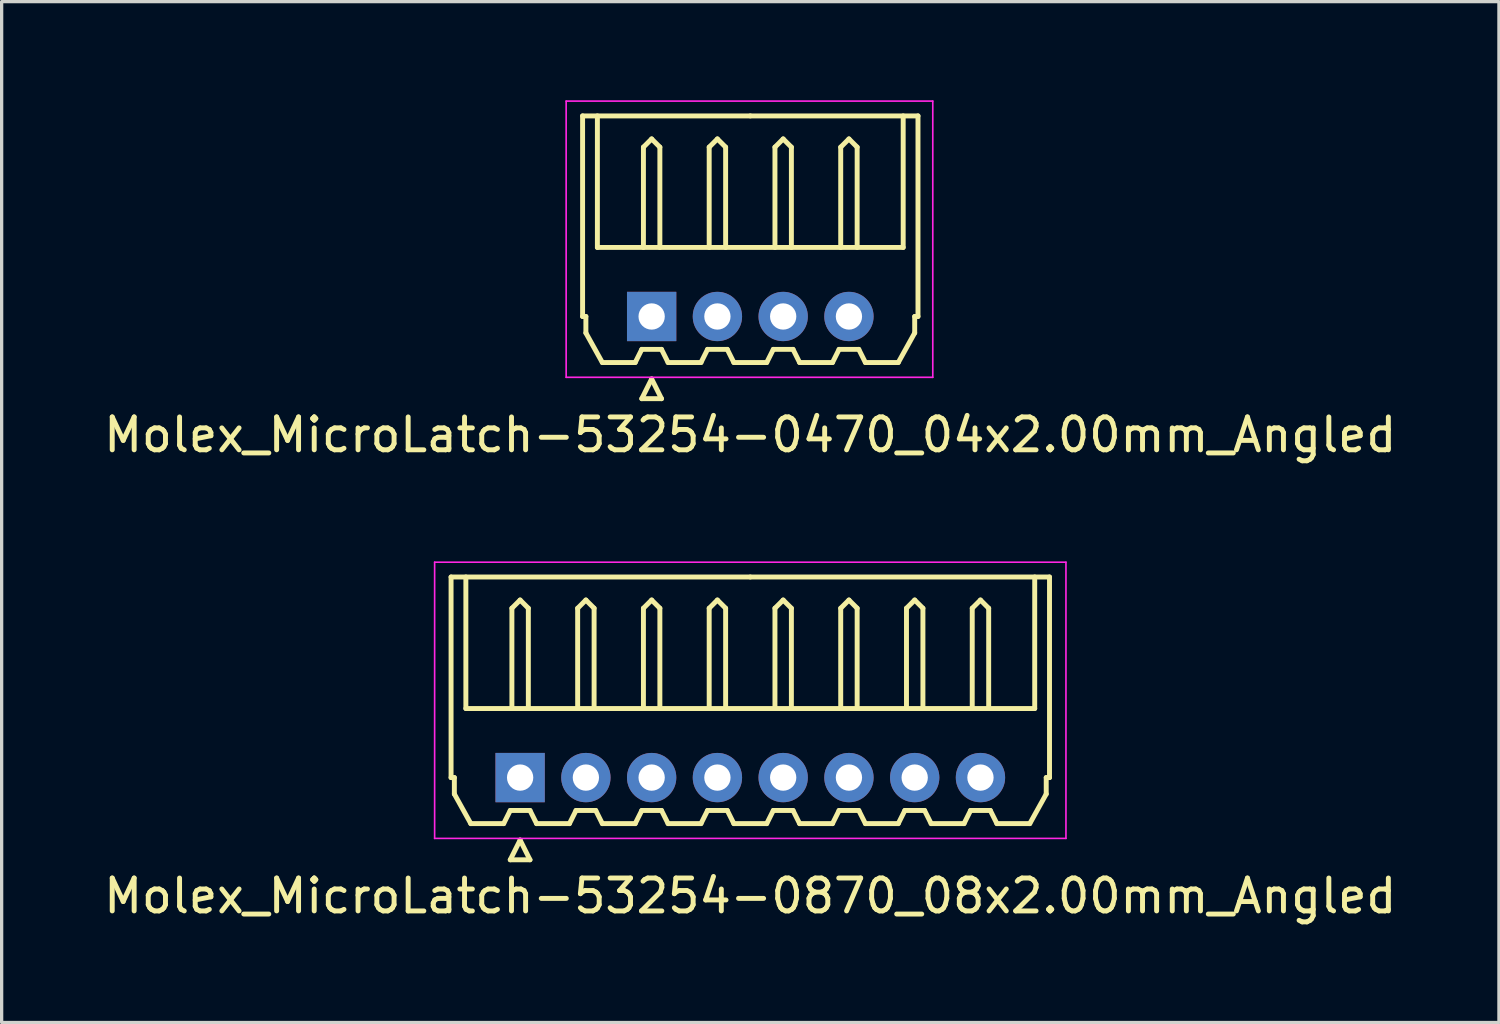
<source format=kicad_pcb>
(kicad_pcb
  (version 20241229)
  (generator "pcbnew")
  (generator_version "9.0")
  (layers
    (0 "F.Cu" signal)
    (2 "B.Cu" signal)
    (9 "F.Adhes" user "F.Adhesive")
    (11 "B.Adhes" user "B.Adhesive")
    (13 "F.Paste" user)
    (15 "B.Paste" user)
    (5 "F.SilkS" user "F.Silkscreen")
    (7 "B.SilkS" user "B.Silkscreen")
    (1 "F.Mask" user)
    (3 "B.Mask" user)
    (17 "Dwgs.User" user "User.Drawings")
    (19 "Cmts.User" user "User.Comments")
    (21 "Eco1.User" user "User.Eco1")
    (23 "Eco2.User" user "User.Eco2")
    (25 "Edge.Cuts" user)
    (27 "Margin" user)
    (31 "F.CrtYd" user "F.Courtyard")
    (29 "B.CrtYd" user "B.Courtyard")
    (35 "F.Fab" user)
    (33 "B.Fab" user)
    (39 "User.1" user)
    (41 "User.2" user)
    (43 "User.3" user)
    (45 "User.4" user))
  (footprint "Molex_MicroLatch-53254-0870_08x2.00mm_Angled"
    (layer "F.Cu")
    (at 12.768 20.598)
    (property "Reference" "Molex_MicroLatch-53254-0870_08x2.00mm_Angled" (at 7 3.6 0) (layer "F.SilkS") (effects (font (size 1 1) (thickness 0.15))))
    (attr through_hole)
    (fp_line (start -2.1 -6.1) (end 7 -6.1) (stroke (width 0.15) (type solid)) (layer "F.SilkS"))
    (fp_line (start -2.1 0) (end -2.1 -6.1) (stroke (width 0.15) (type solid)) (layer "F.SilkS"))
    (fp_line (start -2 0) (end -2.1 0) (stroke (width 0.15) (type solid)) (layer "F.SilkS"))
    (fp_line (start -2 0.5) (end -2 0) (stroke (width 0.15) (type solid)) (layer "F.SilkS"))
    (fp_line (start -1.65 -6.1) (end -1.65 -2.1) (stroke (width 0.15) (type solid)) (layer "F.SilkS"))
    (fp_line (start -1.65 -2.1) (end 15.65 -2.1) (stroke (width 0.15) (type solid)) (layer "F.SilkS"))
    (fp_line (start -1.5 1.4) (end -2 0.5) (stroke (width 0.15) (type solid)) (layer "F.SilkS"))
    (fp_line (start -0.5 1.4) (end -1.5 1.4) (stroke (width 0.15) (type solid)) (layer "F.SilkS"))
    (fp_line (start -0.3 1) (end -0.5 1.4) (stroke (width 0.15) (type solid)) (layer "F.SilkS"))
    (fp_line (start -0.3 1) (end 0.3 1) (stroke (width 0.15) (type solid)) (layer "F.SilkS"))
    (fp_line (start -0.3 2.5) (end 0.3 2.5) (stroke (width 0.15) (type solid)) (layer "F.SilkS"))
    (fp_line (start -0.25 -5.15) (end 0 -5.4) (stroke (width 0.15) (type solid)) (layer "F.SilkS"))
    (fp_line (start -0.25 -2.1) (end -0.25 -5.15) (stroke (width 0.15) (type solid)) (layer "F.SilkS"))
    (fp_line (start 0 -5.4) (end 0.25 -5.15) (stroke (width 0.15) (type solid)) (layer "F.SilkS"))
    (fp_line (start 0 1.9) (end -0.3 2.5) (stroke (width 0.15) (type solid)) (layer "F.SilkS"))
    (fp_line (start 0.25 -5.15) (end 0.25 -2.1) (stroke (width 0.15) (type solid)) (layer "F.SilkS"))
    (fp_line (start 0.3 1) (end 0.5 1.4) (stroke (width 0.15) (type solid)) (layer "F.SilkS"))
    (fp_line (start 0.3 2.5) (end 0 1.9) (stroke (width 0.15) (type solid)) (layer "F.SilkS"))
    (fp_line (start 0.5 1.4) (end 1.5 1.4) (stroke (width 0.15) (type solid)) (layer "F.SilkS"))
    (fp_line (start 1.5 1.4) (end 1.7 1) (stroke (width 0.15) (type solid)) (layer "F.SilkS"))
    (fp_line (start 1.7 1) (end 2.3 1) (stroke (width 0.15) (type solid)) (layer "F.SilkS"))
    (fp_line (start 1.75 -5.15) (end 2 -5.4) (stroke (width 0.15) (type solid)) (layer "F.SilkS"))
    (fp_line (start 1.75 -2.1) (end 1.75 -5.15) (stroke (width 0.15) (type solid)) (layer "F.SilkS"))
    (fp_line (start 2 -5.4) (end 2.25 -5.15) (stroke (width 0.15) (type solid)) (layer "F.SilkS"))
    (fp_line (start 2.25 -5.15) (end 2.25 -2.1) (stroke (width 0.15) (type solid)) (layer "F.SilkS"))
    (fp_line (start 2.3 1) (end 2.5 1.4) (stroke (width 0.15) (type solid)) (layer "F.SilkS"))
    (fp_line (start 2.5 1.4) (end 3.5 1.4) (stroke (width 0.15) (type solid)) (layer "F.SilkS"))
    (fp_line (start 3.5 1.4) (end 3.7 1) (stroke (width 0.15) (type solid)) (layer "F.SilkS"))
    (fp_line (start 3.7 1) (end 4.3 1) (stroke (width 0.15) (type solid)) (layer "F.SilkS"))
    (fp_line (start 3.75 -5.15) (end 4 -5.4) (stroke (width 0.15) (type solid)) (layer "F.SilkS"))
    (fp_line (start 3.75 -2.1) (end 3.75 -5.15) (stroke (width 0.15) (type solid)) (layer "F.SilkS"))
    (fp_line (start 4 -5.4) (end 4.25 -5.15) (stroke (width 0.15) (type solid)) (layer "F.SilkS"))
    (fp_line (start 4.25 -5.15) (end 4.25 -2.1) (stroke (width 0.15) (type solid)) (layer "F.SilkS"))
    (fp_line (start 4.3 1) (end 4.5 1.4) (stroke (width 0.15) (type solid)) (layer "F.SilkS"))
    (fp_line (start 4.5 1.4) (end 5.5 1.4) (stroke (width 0.15) (type solid)) (layer "F.SilkS"))
    (fp_line (start 5.5 1.4) (end 5.7 1) (stroke (width 0.15) (type solid)) (layer "F.SilkS"))
    (fp_line (start 5.7 1) (end 6.3 1) (stroke (width 0.15) (type solid)) (layer "F.SilkS"))
    (fp_line (start 5.75 -5.15) (end 6 -5.4) (stroke (width 0.15) (type solid)) (layer "F.SilkS"))
    (fp_line (start 5.75 -2.1) (end 5.75 -5.15) (stroke (width 0.15) (type solid)) (layer "F.SilkS"))
    (fp_line (start 6 -5.4) (end 6.25 -5.15) (stroke (width 0.15) (type solid)) (layer "F.SilkS"))
    (fp_line (start 6.25 -5.15) (end 6.25 -2.1) (stroke (width 0.15) (type solid)) (layer "F.SilkS"))
    (fp_line (start 6.3 1) (end 6.5 1.4) (stroke (width 0.15) (type solid)) (layer "F.SilkS"))
    (fp_line (start 6.5 1.4) (end 7.5 1.4) (stroke (width 0.15) (type solid)) (layer "F.SilkS"))
    (fp_line (start 7.5 1.4) (end 7.7 1) (stroke (width 0.15) (type solid)) (layer "F.SilkS"))
    (fp_line (start 7.7 1) (end 8.3 1) (stroke (width 0.15) (type solid)) (layer "F.SilkS"))
    (fp_line (start 7.75 -5.15) (end 8 -5.4) (stroke (width 0.15) (type solid)) (layer "F.SilkS"))
    (fp_line (start 7.75 -2.1) (end 7.75 -5.15) (stroke (width 0.15) (type solid)) (layer "F.SilkS"))
    (fp_line (start 8 -5.4) (end 8.25 -5.15) (stroke (width 0.15) (type solid)) (layer "F.SilkS"))
    (fp_line (start 8.25 -5.15) (end 8.25 -2.1) (stroke (width 0.15) (type solid)) (layer "F.SilkS"))
    (fp_line (start 8.3 1) (end 8.5 1.4) (stroke (width 0.15) (type solid)) (layer "F.SilkS"))
    (fp_line (start 8.5 1.4) (end 9.5 1.4) (stroke (width 0.15) (type solid)) (layer "F.SilkS"))
    (fp_line (start 9.5 1.4) (end 9.7 1) (stroke (width 0.15) (type solid)) (layer "F.SilkS"))
    (fp_line (start 9.7 1) (end 10.3 1) (stroke (width 0.15) (type solid)) (layer "F.SilkS"))
    (fp_line (start 9.75 -5.15) (end 10 -5.4) (stroke (width 0.15) (type solid)) (layer "F.SilkS"))
    (fp_line (start 9.75 -2.1) (end 9.75 -5.15) (stroke (width 0.15) (type solid)) (layer "F.SilkS"))
    (fp_line (start 10 -5.4) (end 10.25 -5.15) (stroke (width 0.15) (type solid)) (layer "F.SilkS"))
    (fp_line (start 10.25 -5.15) (end 10.25 -2.1) (stroke (width 0.15) (type solid)) (layer "F.SilkS"))
    (fp_line (start 10.3 1) (end 10.5 1.4) (stroke (width 0.15) (type solid)) (layer "F.SilkS"))
    (fp_line (start 10.5 1.4) (end 11.5 1.4) (stroke (width 0.15) (type solid)) (layer "F.SilkS"))
    (fp_line (start 11.5 1.4) (end 11.7 1) (stroke (width 0.15) (type solid)) (layer "F.SilkS"))
    (fp_line (start 11.7 1) (end 12.3 1) (stroke (width 0.15) (type solid)) (layer "F.SilkS"))
    (fp_line (start 11.75 -5.15) (end 12 -5.4) (stroke (width 0.15) (type solid)) (layer "F.SilkS"))
    (fp_line (start 11.75 -2.1) (end 11.75 -5.15) (stroke (width 0.15) (type solid)) (layer "F.SilkS"))
    (fp_line (start 12 -5.4) (end 12.25 -5.15) (stroke (width 0.15) (type solid)) (layer "F.SilkS"))
    (fp_line (start 12.25 -5.15) (end 12.25 -2.1) (stroke (width 0.15) (type solid)) (layer "F.SilkS"))
    (fp_line (start 12.3 1) (end 12.5 1.4) (stroke (width 0.15) (type solid)) (layer "F.SilkS"))
    (fp_line (start 12.5 1.4) (end 13.5 1.4) (stroke (width 0.15) (type solid)) (layer "F.SilkS"))
    (fp_line (start 13.5 1.4) (end 13.7 1) (stroke (width 0.15) (type solid)) (layer "F.SilkS"))
    (fp_line (start 13.7 1) (end 14.3 1) (stroke (width 0.15) (type solid)) (layer "F.SilkS"))
    (fp_line (start 13.75 -5.15) (end 14 -5.4) (stroke (width 0.15) (type solid)) (layer "F.SilkS"))
    (fp_line (start 13.75 -2.1) (end 13.75 -5.15) (stroke (width 0.15) (type solid)) (layer "F.SilkS"))
    (fp_line (start 14 -5.4) (end 14.25 -5.15) (stroke (width 0.15) (type solid)) (layer "F.SilkS"))
    (fp_line (start 14.25 -5.15) (end 14.25 -2.1) (stroke (width 0.15) (type solid)) (layer "F.SilkS"))
    (fp_line (start 14.3 1) (end 14.5 1.4) (stroke (width 0.15) (type solid)) (layer "F.SilkS"))
    (fp_line (start 14.5 1.4) (end 15.5 1.4) (stroke (width 0.15) (type solid)) (layer "F.SilkS"))
    (fp_line (start 15.5 1.4) (end 16 0.5) (stroke (width 0.15) (type solid)) (layer "F.SilkS"))
    (fp_line (start 15.65 -2.1) (end 15.65 -6.1) (stroke (width 0.15) (type solid)) (layer "F.SilkS"))
    (fp_line (start 16 0) (end 16.1 0) (stroke (width 0.15) (type solid)) (layer "F.SilkS"))
    (fp_line (start 16 0.5) (end 16 0) (stroke (width 0.15) (type solid)) (layer "F.SilkS"))
    (fp_line (start 16.1 -6.1) (end 7 -6.1) (stroke (width 0.15) (type solid)) (layer "F.SilkS"))
    (fp_line (start 16.1 0) (end 16.1 -6.1) (stroke (width 0.15) (type solid)) (layer "F.SilkS"))
    (fp_line (start -2.6 -6.55) (end -2.6 1.85) (stroke (width 0.05) (type solid)) (layer "F.CrtYd"))
    (fp_line (start -2.6 1.85) (end 16.6 1.85) (stroke (width 0.05) (type solid)) (layer "F.CrtYd"))
    (fp_line (start 16.6 -6.55) (end -2.6 -6.55) (stroke (width 0.05) (type solid)) (layer "F.CrtYd"))
    (fp_line (start 16.6 1.85) (end 16.6 -6.55) (stroke (width 0.05) (type solid)) (layer "F.CrtYd"))
    (pad "1" thru_hole rect (at 0 0) (size 1.5 1.5) (drill 0.8) (layers "*.Cu" "*.Mask"))
    (pad "2" thru_hole circle (at 2 0) (size 1.5 1.5) (drill 0.8) (layers "*.Cu" "*.Mask"))
    (pad "3" thru_hole circle (at 4 0) (size 1.5 1.5) (drill 0.8) (layers "*.Cu" "*.Mask"))
    (pad "4" thru_hole circle (at 6 0) (size 1.5 1.5) (drill 0.8) (layers "*.Cu" "*.Mask"))
    (pad "5" thru_hole circle (at 8 0) (size 1.5 1.5) (drill 0.8) (layers "*.Cu" "*.Mask"))
    (pad "6" thru_hole circle (at 10 0) (size 1.5 1.5) (drill 0.8) (layers "*.Cu" "*.Mask"))
    (pad "7" thru_hole circle (at 12 0) (size 1.5 1.5) (drill 0.8) (layers "*.Cu" "*.Mask"))
    (pad "8" thru_hole circle (at 14 0) (size 1.5 1.5) (drill 0.8) (layers "*.Cu" "*.Mask")))
  (footprint "Molex_MicroLatch-53254-0470_04x2.00mm_Angled"
    (layer "F.Cu")
    (at 16.768 6.575)
    (property "Reference" "Molex_MicroLatch-53254-0470_04x2.00mm_Angled" (at 3 3.6 0) (layer "F.SilkS") (effects (font (size 1 1) (thickness 0.15))))
    (attr through_hole)
    (fp_line (start -2.1 -6.1) (end 3 -6.1) (stroke (width 0.15) (type solid)) (layer "F.SilkS"))
    (fp_line (start -2.1 0) (end -2.1 -6.1) (stroke (width 0.15) (type solid)) (layer "F.SilkS"))
    (fp_line (start -2 0) (end -2.1 0) (stroke (width 0.15) (type solid)) (layer "F.SilkS"))
    (fp_line (start -2 0.5) (end -2 0) (stroke (width 0.15) (type solid)) (layer "F.SilkS"))
    (fp_line (start -1.65 -6.1) (end -1.65 -2.1) (stroke (width 0.15) (type solid)) (layer "F.SilkS"))
    (fp_line (start -1.65 -2.1) (end 7.65 -2.1) (stroke (width 0.15) (type solid)) (layer "F.SilkS"))
    (fp_line (start -1.5 1.4) (end -2 0.5) (stroke (width 0.15) (type solid)) (layer "F.SilkS"))
    (fp_line (start -0.5 1.4) (end -1.5 1.4) (stroke (width 0.15) (type solid)) (layer "F.SilkS"))
    (fp_line (start -0.3 1) (end -0.5 1.4) (stroke (width 0.15) (type solid)) (layer "F.SilkS"))
    (fp_line (start -0.3 1) (end 0.3 1) (stroke (width 0.15) (type solid)) (layer "F.SilkS"))
    (fp_line (start -0.3 2.5) (end 0.3 2.5) (stroke (width 0.15) (type solid)) (layer "F.SilkS"))
    (fp_line (start -0.25 -5.15) (end 0 -5.4) (stroke (width 0.15) (type solid)) (layer "F.SilkS"))
    (fp_line (start -0.25 -2.1) (end -0.25 -5.15) (stroke (width 0.15) (type solid)) (layer "F.SilkS"))
    (fp_line (start 0 -5.4) (end 0.25 -5.15) (stroke (width 0.15) (type solid)) (layer "F.SilkS"))
    (fp_line (start 0 1.9) (end -0.3 2.5) (stroke (width 0.15) (type solid)) (layer "F.SilkS"))
    (fp_line (start 0.25 -5.15) (end 0.25 -2.1) (stroke (width 0.15) (type solid)) (layer "F.SilkS"))
    (fp_line (start 0.3 1) (end 0.5 1.4) (stroke (width 0.15) (type solid)) (layer "F.SilkS"))
    (fp_line (start 0.3 2.5) (end 0 1.9) (stroke (width 0.15) (type solid)) (layer "F.SilkS"))
    (fp_line (start 0.5 1.4) (end 1.5 1.4) (stroke (width 0.15) (type solid)) (layer "F.SilkS"))
    (fp_line (start 1.5 1.4) (end 1.7 1) (stroke (width 0.15) (type solid)) (layer "F.SilkS"))
    (fp_line (start 1.7 1) (end 2.3 1) (stroke (width 0.15) (type solid)) (layer "F.SilkS"))
    (fp_line (start 1.75 -5.15) (end 2 -5.4) (stroke (width 0.15) (type solid)) (layer "F.SilkS"))
    (fp_line (start 1.75 -2.1) (end 1.75 -5.15) (stroke (width 0.15) (type solid)) (layer "F.SilkS"))
    (fp_line (start 2 -5.4) (end 2.25 -5.15) (stroke (width 0.15) (type solid)) (layer "F.SilkS"))
    (fp_line (start 2.25 -5.15) (end 2.25 -2.1) (stroke (width 0.15) (type solid)) (layer "F.SilkS"))
    (fp_line (start 2.3 1) (end 2.5 1.4) (stroke (width 0.15) (type solid)) (layer "F.SilkS"))
    (fp_line (start 2.5 1.4) (end 3.5 1.4) (stroke (width 0.15) (type solid)) (layer "F.SilkS"))
    (fp_line (start 3.5 1.4) (end 3.7 1) (stroke (width 0.15) (type solid)) (layer "F.SilkS"))
    (fp_line (start 3.7 1) (end 4.3 1) (stroke (width 0.15) (type solid)) (layer "F.SilkS"))
    (fp_line (start 3.75 -5.15) (end 4 -5.4) (stroke (width 0.15) (type solid)) (layer "F.SilkS"))
    (fp_line (start 3.75 -2.1) (end 3.75 -5.15) (stroke (width 0.15) (type solid)) (layer "F.SilkS"))
    (fp_line (start 4 -5.4) (end 4.25 -5.15) (stroke (width 0.15) (type solid)) (layer "F.SilkS"))
    (fp_line (start 4.25 -5.15) (end 4.25 -2.1) (stroke (width 0.15) (type solid)) (layer "F.SilkS"))
    (fp_line (start 4.3 1) (end 4.5 1.4) (stroke (width 0.15) (type solid)) (layer "F.SilkS"))
    (fp_line (start 4.5 1.4) (end 5.5 1.4) (stroke (width 0.15) (type solid)) (layer "F.SilkS"))
    (fp_line (start 5.5 1.4) (end 5.7 1) (stroke (width 0.15) (type solid)) (layer "F.SilkS"))
    (fp_line (start 5.7 1) (end 6.3 1) (stroke (width 0.15) (type solid)) (layer "F.SilkS"))
    (fp_line (start 5.75 -5.15) (end 6 -5.4) (stroke (width 0.15) (type solid)) (layer "F.SilkS"))
    (fp_line (start 5.75 -2.1) (end 5.75 -5.15) (stroke (width 0.15) (type solid)) (layer "F.SilkS"))
    (fp_line (start 6 -5.4) (end 6.25 -5.15) (stroke (width 0.15) (type solid)) (layer "F.SilkS"))
    (fp_line (start 6.25 -5.15) (end 6.25 -2.1) (stroke (width 0.15) (type solid)) (layer "F.SilkS"))
    (fp_line (start 6.3 1) (end 6.5 1.4) (stroke (width 0.15) (type solid)) (layer "F.SilkS"))
    (fp_line (start 6.5 1.4) (end 7.5 1.4) (stroke (width 0.15) (type solid)) (layer "F.SilkS"))
    (fp_line (start 7.5 1.4) (end 8 0.5) (stroke (width 0.15) (type solid)) (layer "F.SilkS"))
    (fp_line (start 7.65 -2.1) (end 7.65 -6.1) (stroke (width 0.15) (type solid)) (layer "F.SilkS"))
    (fp_line (start 8 0) (end 8.1 0) (stroke (width 0.15) (type solid)) (layer "F.SilkS"))
    (fp_line (start 8 0.5) (end 8 0) (stroke (width 0.15) (type solid)) (layer "F.SilkS"))
    (fp_line (start 8.1 -6.1) (end 3 -6.1) (stroke (width 0.15) (type solid)) (layer "F.SilkS"))
    (fp_line (start 8.1 0) (end 8.1 -6.1) (stroke (width 0.15) (type solid)) (layer "F.SilkS"))
    (fp_line (start -2.6 -6.55) (end -2.6 1.85) (stroke (width 0.05) (type solid)) (layer "F.CrtYd"))
    (fp_line (start -2.6 1.85) (end 8.55 1.85) (stroke (width 0.05) (type solid)) (layer "F.CrtYd"))
    (fp_line (start 8.55 -6.55) (end -2.6 -6.55) (stroke (width 0.05) (type solid)) (layer "F.CrtYd"))
    (fp_line (start 8.55 1.85) (end 8.55 -6.55) (stroke (width 0.05) (type solid)) (layer "F.CrtYd"))
    (pad "1" thru_hole rect (at 0 0) (size 1.5 1.5) (drill 0.8) (layers "*.Cu" "*.Mask"))
    (pad "2" thru_hole circle (at 2 0) (size 1.5 1.5) (drill 0.8) (layers "*.Cu" "*.Mask"))
    (pad "3" thru_hole circle (at 4 0) (size 1.5 1.5) (drill 0.8) (layers "*.Cu" "*.Mask"))
    (pad "4" thru_hole circle (at 6 0) (size 1.5 1.5) (drill 0.8) (layers "*.Cu" "*.Mask")))
  (gr_rect
    (start -3 -3)
    (end 42.536 28.047)
    (stroke (width 0.1) (type default))
    (fill no)
    (layer "Edge.Cuts")))
</source>
